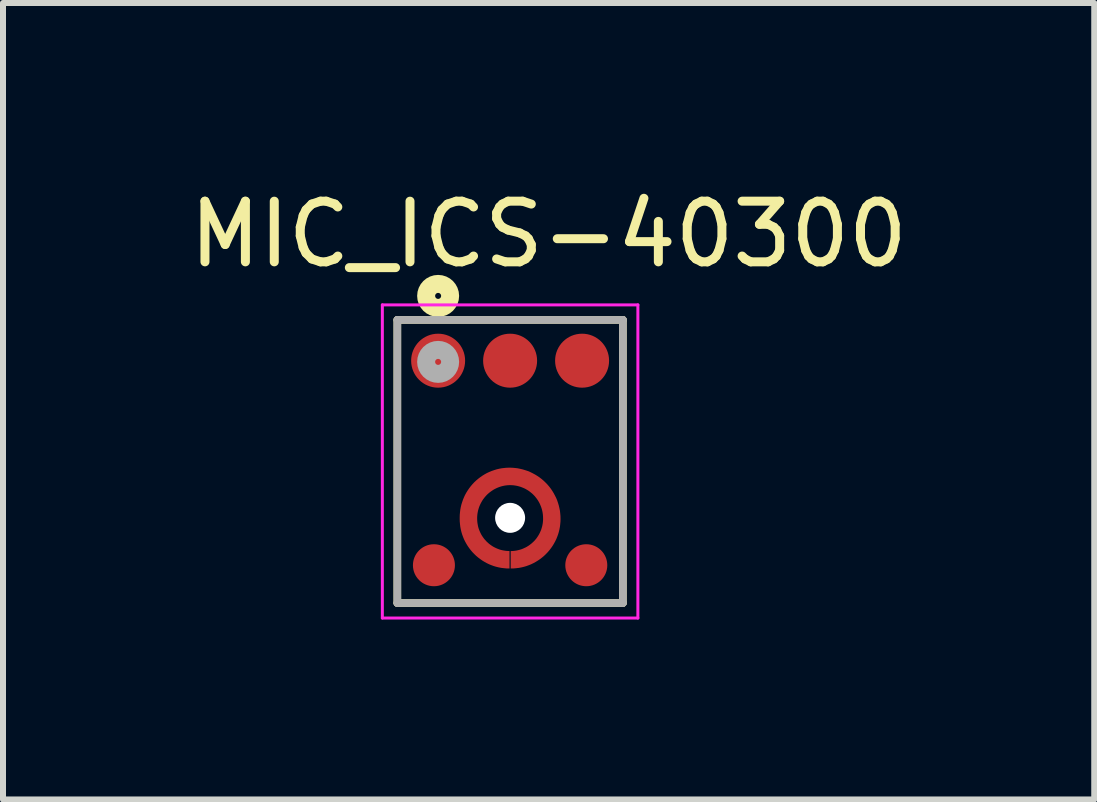
<source format=kicad_pcb>
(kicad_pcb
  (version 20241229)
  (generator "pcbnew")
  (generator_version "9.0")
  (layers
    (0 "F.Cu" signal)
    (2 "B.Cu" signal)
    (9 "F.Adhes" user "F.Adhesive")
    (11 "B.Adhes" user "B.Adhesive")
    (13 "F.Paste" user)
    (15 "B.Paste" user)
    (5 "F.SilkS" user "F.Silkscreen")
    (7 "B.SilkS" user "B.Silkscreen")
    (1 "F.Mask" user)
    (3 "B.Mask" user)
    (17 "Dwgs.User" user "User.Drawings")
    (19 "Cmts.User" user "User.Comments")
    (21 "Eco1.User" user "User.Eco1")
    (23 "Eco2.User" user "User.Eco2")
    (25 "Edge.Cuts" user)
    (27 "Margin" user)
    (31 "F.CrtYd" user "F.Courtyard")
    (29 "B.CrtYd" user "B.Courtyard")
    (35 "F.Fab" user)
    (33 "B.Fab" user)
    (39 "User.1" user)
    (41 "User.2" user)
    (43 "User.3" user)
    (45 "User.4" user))
  (footprint "MIC_ICS-40300"
    (layer "F.Cu")
    (at 5.454 5.583)
    (property "Reference" "MIC_ICS-40300" (at 0.642 -4.728 0) (layer "F.SilkS") (effects (font (size 1.011 1.011) (thickness 0.15))))
    (attr through_hole)
    (fp_circle (center 0 -0.007) (end 0.69 -0.007) (stroke (width 0.5) (type solid)) (fill no) (layer "F.Mask"))
    (fp_line (start -1.88 -3.3) (end 1.88 -3.3) (stroke (width 0.127) (type solid)) (layer "F.SilkS"))
    (fp_line (start -1.88 1.42) (end -1.88 -3.3) (stroke (width 0.127) (type solid)) (layer "F.SilkS"))
    (fp_line (start 1.88 -3.3) (end 1.88 1.42) (stroke (width 0.127) (type solid)) (layer "F.SilkS"))
    (fp_line (start 1.88 1.42) (end -1.88 1.42) (stroke (width 0.127) (type solid)) (layer "F.SilkS"))
    (fp_circle (center -1.2 -3.7) (end -1.15 -3.7) (stroke (width 0.3) (type solid)) (fill no) (layer "F.SilkS"))
    (fp_circle (center -1.27 0.79) (end -0.946 0.79) (stroke (width 0) (type solid)) (fill yes) (layer "F.Paste"))
    (fp_circle (center -1.2 -2.62) (end -0.775 -2.62) (stroke (width 0) (type solid)) (fill yes) (layer "F.Paste"))
    (fp_circle (center 0 -2.62) (end 0.425 -2.62) (stroke (width 0) (type solid)) (fill yes) (layer "F.Paste"))
    (fp_circle (center 1.2 -2.62) (end 1.625 -2.62) (stroke (width 0) (type solid)) (fill yes) (layer "F.Paste"))
    (fp_circle (center 1.27 0.79) (end 1.595 0.79) (stroke (width 0) (type solid)) (fill yes) (layer "F.Paste"))
    (fp_poly (pts (xy -0.641 0.102) (xy -0.641 0.102) (xy -0.641 0.101) (xy -0.642 0.101) (xy -0.642 0.1) (xy -0.643 0.1) (xy -0.895 0.1) (xy -0.894 0.142) (xy -0.891 0.183) (xy -0.885 0.224) (xy -0.878 0.265) (xy -0.868 0.306) (xy -0.856 0.346) (xy -0.842 0.385) (xy -0.826 0.423) (xy -0.808 0.461) (xy -0.788 0.497) (xy -0.767 0.533) (xy -0.743 0.567) (xy -0.718 0.6) (xy -0.691 0.632) (xy -0.662 0.662) (xy -0.632 0.691) (xy -0.6 0.718) (xy -0.567 0.743) (xy -0.533 0.767) (xy -0.497 0.788) (xy -0.461 0.808) (xy -0.423 0.826) (xy -0.385 0.842) (xy -0.346 0.856) (xy -0.306 0.868) (xy -0.265 0.878) (xy -0.224 0.885) (xy -0.183 0.891) (xy -0.142 0.894) (xy -0.1 0.895) (xy -0.1 0.64) (xy -0.128 0.639) (xy -0.156 0.637) (xy -0.184 0.633) (xy -0.212 0.628) (xy -0.24 0.622) (xy -0.267 0.614) (xy -0.294 0.604) (xy -0.32 0.593) (xy -0.345 0.581) (xy -0.37 0.568) (xy -0.394 0.553) (xy -0.417 0.537) (xy -0.44 0.52) (xy -0.461 0.501) (xy -0.482 0.482) (xy -0.501 0.461) (xy -0.52 0.44) (xy -0.537 0.417) (xy -0.553 0.394) (xy -0.568 0.37) (xy -0.581 0.345) (xy -0.593 0.32) (xy -0.604 0.294) (xy -0.614 0.267) (xy -0.622 0.24) (xy -0.628 0.212) (xy -0.633 0.184) (xy -0.637 0.156) (xy -0.639 0.128) (xy -0.64 0.1) (xy -0.641 0.102) (xy -0.641 0.102)) (stroke (width 0.0001) (type solid)) (fill yes) (layer "F.Paste"))
    (fp_poly (pts (xy -0.102 -0.641) (xy -0.102 -0.641) (xy -0.101 -0.641) (xy -0.101 -0.642) (xy -0.1 -0.642) (xy -0.1 -0.643) (xy -0.1 -0.895) (xy -0.142 -0.894) (xy -0.183 -0.891) (xy -0.224 -0.885) (xy -0.265 -0.878) (xy -0.306 -0.868) (xy -0.346 -0.856) (xy -0.385 -0.842) (xy -0.423 -0.826) (xy -0.461 -0.808) (xy -0.497 -0.788) (xy -0.533 -0.767) (xy -0.567 -0.743) (xy -0.6 -0.718) (xy -0.632 -0.691) (xy -0.662 -0.662) (xy -0.691 -0.632) (xy -0.718 -0.6) (xy -0.743 -0.567) (xy -0.767 -0.533) (xy -0.788 -0.497) (xy -0.808 -0.461) (xy -0.826 -0.423) (xy -0.842 -0.385) (xy -0.856 -0.346) (xy -0.868 -0.306) (xy -0.878 -0.265) (xy -0.885 -0.224) (xy -0.891 -0.183) (xy -0.894 -0.142) (xy -0.895 -0.1) (xy -0.64 -0.1) (xy -0.639 -0.128) (xy -0.637 -0.156) (xy -0.633 -0.184) (xy -0.628 -0.212) (xy -0.622 -0.24) (xy -0.614 -0.267) (xy -0.604 -0.294) (xy -0.593 -0.32) (xy -0.581 -0.345) (xy -0.568 -0.37) (xy -0.553 -0.394) (xy -0.537 -0.417) (xy -0.52 -0.44) (xy -0.501 -0.461) (xy -0.482 -0.482) (xy -0.461 -0.501) (xy -0.44 -0.52) (xy -0.417 -0.537) (xy -0.394 -0.553) (xy -0.37 -0.568) (xy -0.345 -0.581) (xy -0.32 -0.593) (xy -0.294 -0.604) (xy -0.267 -0.614) (xy -0.24 -0.622) (xy -0.212 -0.628) (xy -0.184 -0.633) (xy -0.156 -0.637) (xy -0.128 -0.639) (xy -0.1 -0.64) (xy -0.102 -0.641) (xy -0.102 -0.641)) (stroke (width 0.0001) (type solid)) (fill yes) (layer "F.Paste"))
    (fp_poly (pts (xy 0.102 0.641) (xy 0.102 0.641) (xy 0.101 0.641) (xy 0.101 0.642) (xy 0.1 0.642) (xy 0.1 0.643) (xy 0.1 0.895) (xy 0.142 0.894) (xy 0.183 0.891) (xy 0.224 0.885) (xy 0.265 0.878) (xy 0.306 0.868) (xy 0.346 0.856) (xy 0.385 0.842) (xy 0.423 0.826) (xy 0.461 0.808) (xy 0.497 0.788) (xy 0.533 0.767) (xy 0.567 0.743) (xy 0.6 0.718) (xy 0.632 0.691) (xy 0.662 0.662) (xy 0.691 0.632) (xy 0.718 0.6) (xy 0.743 0.567) (xy 0.767 0.533) (xy 0.788 0.497) (xy 0.808 0.461) (xy 0.826 0.423) (xy 0.842 0.385) (xy 0.856 0.346) (xy 0.868 0.306) (xy 0.878 0.265) (xy 0.885 0.224) (xy 0.891 0.183) (xy 0.894 0.142) (xy 0.895 0.1) (xy 0.64 0.1) (xy 0.639 0.128) (xy 0.637 0.156) (xy 0.633 0.184) (xy 0.628 0.212) (xy 0.622 0.24) (xy 0.614 0.267) (xy 0.604 0.294) (xy 0.593 0.32) (xy 0.581 0.345) (xy 0.568 0.37) (xy 0.553 0.394) (xy 0.537 0.417) (xy 0.52 0.44) (xy 0.501 0.461) (xy 0.482 0.482) (xy 0.461 0.501) (xy 0.44 0.52) (xy 0.417 0.537) (xy 0.394 0.553) (xy 0.37 0.568) (xy 0.345 0.581) (xy 0.32 0.593) (xy 0.294 0.604) (xy 0.267 0.614) (xy 0.24 0.622) (xy 0.212 0.628) (xy 0.184 0.633) (xy 0.156 0.637) (xy 0.128 0.639) (xy 0.1 0.64) (xy 0.102 0.641) (xy 0.102 0.641)) (stroke (width 0.0001) (type solid)) (fill yes) (layer "F.Paste"))
    (fp_poly (pts (xy 0.641 -0.107) (xy 0.641 -0.107) (xy 0.641 -0.106) (xy 0.642 -0.106) (xy 0.642 -0.105) (xy 0.643 -0.105) (xy 0.895 -0.105) (xy 0.894 -0.147) (xy 0.891 -0.188) (xy 0.885 -0.229) (xy 0.878 -0.27) (xy 0.868 -0.311) (xy 0.856 -0.351) (xy 0.842 -0.39) (xy 0.826 -0.428) (xy 0.808 -0.466) (xy 0.788 -0.502) (xy 0.767 -0.538) (xy 0.743 -0.572) (xy 0.718 -0.605) (xy 0.691 -0.637) (xy 0.662 -0.667) (xy 0.632 -0.696) (xy 0.6 -0.723) (xy 0.567 -0.748) (xy 0.533 -0.772) (xy 0.497 -0.793) (xy 0.461 -0.813) (xy 0.423 -0.831) (xy 0.385 -0.847) (xy 0.346 -0.861) (xy 0.306 -0.873) (xy 0.265 -0.883) (xy 0.224 -0.89) (xy 0.183 -0.896) (xy 0.142 -0.899) (xy 0.1 -0.9) (xy 0.1 -0.645) (xy 0.128 -0.644) (xy 0.156 -0.642) (xy 0.184 -0.638) (xy 0.212 -0.633) (xy 0.24 -0.627) (xy 0.267 -0.619) (xy 0.294 -0.609) (xy 0.32 -0.598) (xy 0.345 -0.586) (xy 0.37 -0.573) (xy 0.394 -0.558) (xy 0.417 -0.542) (xy 0.44 -0.525) (xy 0.461 -0.506) (xy 0.482 -0.487) (xy 0.501 -0.466) (xy 0.52 -0.445) (xy 0.537 -0.422) (xy 0.553 -0.399) (xy 0.568 -0.375) (xy 0.581 -0.35) (xy 0.593 -0.325) (xy 0.604 -0.299) (xy 0.614 -0.272) (xy 0.622 -0.245) (xy 0.628 -0.217) (xy 0.633 -0.189) (xy 0.637 -0.161) (xy 0.639 -0.133) (xy 0.64 -0.105) (xy 0.641 -0.107) (xy 0.641 -0.107)) (stroke (width 0.0001) (type solid)) (fill yes) (layer "F.Paste"))
    (fp_line (start -2.13 -3.55) (end 2.13 -3.55) (stroke (width 0.05) (type solid)) (layer "F.CrtYd"))
    (fp_line (start -2.13 1.67) (end -2.13 -3.55) (stroke (width 0.05) (type solid)) (layer "F.CrtYd"))
    (fp_line (start 2.13 -3.55) (end 2.13 1.67) (stroke (width 0.05) (type solid)) (layer "F.CrtYd"))
    (fp_line (start 2.13 1.67) (end -2.13 1.67) (stroke (width 0.05) (type solid)) (layer "F.CrtYd"))
    (fp_line (start -1.88 -3.3) (end 1.88 -3.3) (stroke (width 0.127) (type solid)) (layer "F.Fab"))
    (fp_line (start -1.88 1.42) (end -1.88 -3.3) (stroke (width 0.127) (type solid)) (layer "F.Fab"))
    (fp_line (start 1.88 -3.3) (end 1.88 1.42) (stroke (width 0.127) (type solid)) (layer "F.Fab"))
    (fp_line (start 1.88 1.42) (end -1.88 1.42) (stroke (width 0.127) (type solid)) (layer "F.Fab"))
    (fp_circle (center -1.2 -2.6) (end -1.15 -2.6) (stroke (width 0.3) (type solid)) (fill no) (layer "F.Fab"))
    (pad "" np_thru_hole circle (at 0 0) (size 0.5 0.5) (drill 0.5) (layers "*.Cu" "*.Mask"))
    (pad "1" smd circle (at -1.2 -2.62 270) (size 0.9 0.9) (layers "F.Cu" "F.Mask"))
    (pad "2" smd circle (at -1.27 0.79 270) (size 0.7 0.7) (layers "F.Cu" "F.Mask"))
    (pad "3" smd custom (at 0 -0.686 180) (size 0.1 0.1) (layers "F.Cu") (options (anchor rect)) (primitives (gr_poly (pts (xy -0.01 -1.53) (xy -0.01 -1.24) (xy -0.02 -1.24) (xy -0.048 -1.239) (xy -0.076 -1.236) (xy -0.104 -1.232) (xy -0.131 -1.226) (xy -0.159 -1.219) (xy -0.186 -1.211) (xy -0.212 -1.201) (xy -0.238 -1.189) (xy -0.264 -1.177) (xy -0.288 -1.163) (xy -0.312 -1.148) (xy -0.335 -1.131) (xy -0.357 -1.114) (xy -0.378 -1.095) (xy -0.399 -1.075) (xy -0.418 -1.054) (xy -0.436 -1.033) (xy -0.452 -1.01) (xy -0.468 -0.986) (xy -0.482 -0.962) (xy -0.495 -0.937) (xy -0.507 -0.911) (xy -0.518 -0.885) (xy -0.526 -0.858) (xy -0.534 -0.831) (xy -0.54 -0.803) (xy -0.545 -0.775) (xy -0.548 -0.747) (xy -0.55 -0.719) (xy -0.55 -0.69) (xy -0.549 -0.661) (xy -0.547 -0.633) (xy -0.543 -0.604) (xy -0.538 -0.576) (xy -0.531 -0.548) (xy -0.523 -0.52) (xy -0.513 -0.493) (xy -0.502 -0.466) (xy -0.49 -0.44) (xy -0.476 -0.415) (xy -0.461 -0.39) (xy -0.445 -0.367) (xy -0.427 -0.344) (xy -0.409 -0.322) (xy -0.389 -0.301) (xy -0.368 -0.281) (xy -0.346 -0.263) (xy -0.323 -0.245) (xy -0.3 -0.229) (xy -0.275 -0.214) (xy -0.25 -0.2) (xy -0.224 -0.188) (xy -0.197 -0.177) (xy -0.17 -0.167) (xy -0.142 -0.159) (xy -0.114 -0.152) (xy -0.086 -0.147) (xy -0.057 -0.143) (xy -0.029 -0.141) (xy 0 -0.14) (xy 0.034 -0.141) (xy 0.063 -0.144) (xy 0.091 -0.148) (xy 0.12 -0.154) (xy 0.148 -0.161) (xy 0.176 -0.17) (xy 0.203 -0.18) (xy 0.23 -0.192) (xy 0.256 -0.205) (xy 0.281 -0.219) (xy 0.305 -0.235) (xy 0.329 -0.252) (xy 0.352 -0.27) (xy 0.374 -0.289) (xy 0.394 -0.309) (xy 0.414 -0.331) (xy 0.432 -0.353) (xy 0.45 -0.377) (xy 0.466 -0.401) (xy 0.48 -0.426) (xy 0.494 -0.452) (xy 0.506 -0.478) (xy 0.517 -0.505) (xy 0.526 -0.533) (xy 0.534 -0.561) (xy 0.54 -0.589) (xy 0.545 -0.618) (xy 0.548 -0.647) (xy 0.55 -0.676) (xy 0.55 -0.7) (xy 0.549 -0.728) (xy 0.547 -0.756) (xy 0.543 -0.784) (xy 0.538 -0.812) (xy 0.532 -0.84) (xy 0.524 -0.867) (xy 0.514 -0.894) (xy 0.503 -0.92) (xy 0.491 -0.945) (xy 0.478 -0.97) (xy 0.463 -0.994) (xy 0.447 -1.017) (xy 0.43 -1.04) (xy 0.411 -1.061) (xy 0.392 -1.082) (xy 0.371 -1.101) (xy 0.35 -1.12) (xy 0.327 -1.137) (xy 0.304 -1.153) (xy 0.28 -1.168) (xy 0.255 -1.181) (xy 0.23 -1.193) (xy 0.204 -1.204) (xy 0.177 -1.214) (xy 0.15 -1.222) (xy 0.122 -1.228) (xy 0.094 -1.233) (xy 0.066 -1.237) (xy 0.038 -1.239) (xy 0.01 -1.24) (xy 0.01 -1.53) (xy 0.058 -1.529) (xy 0.101 -1.525) (xy 0.144 -1.52) (xy 0.187 -1.512) (xy 0.229 -1.502) (xy 0.27 -1.49) (xy 0.311 -1.475) (xy 0.351 -1.459) (xy 0.39 -1.44) (xy 0.428 -1.419) (xy 0.464 -1.397) (xy 0.5 -1.372) (xy 0.534 -1.346) (xy 0.567 -1.318) (xy 0.598 -1.288) (xy 0.628 -1.257) (xy 0.656 -1.224) (xy 0.682 -1.19) (xy 0.707 -1.154) (xy 0.729 -1.118) (xy 0.75 -1.08) (xy 0.769 -1.041) (xy 0.785 -1.001) (xy 0.8 -0.96) (xy 0.812 -0.919) (xy 0.822 -0.877) (xy 0.83 -0.834) (xy 0.835 -0.791) (xy 0.839 -0.748) (xy 0.84 -0.71) (xy 0.84 -0.68) (xy 0.839 -0.637) (xy 0.835 -0.593) (xy 0.83 -0.55) (xy 0.822 -0.507) (xy 0.812 -0.465) (xy 0.799 -0.424) (xy 0.785 -0.383) (xy 0.768 -0.342) (xy 0.75 -0.303) (xy 0.729 -0.265) (xy 0.706 -0.228) (xy 0.681 -0.192) (xy 0.655 -0.158) (xy 0.627 -0.125) (xy 0.597 -0.093) (xy 0.565 -0.063) (xy 0.532 -0.035) (xy 0.498 -0.009) (xy 0.462 0.016) (xy 0.425 0.039) (xy 0.387 0.06) (xy 0.348 0.078) (xy 0.307 0.095) (xy 0.266 0.109) (xy 0.225 0.122) (xy 0.183 0.132) (xy 0.14 0.14) (xy 0.097 0.145) (xy 0.053 0.149) (xy 0.01 0.15) (xy -0.034 0.149) (xy -0.079 0.145) (xy -0.123 0.14) (xy -0.167 0.131) (xy -0.21 0.121) (xy -0.253 0.108) (xy -0.295 0.094) (xy -0.336 0.077) (xy -0.376 0.057) (xy -0.415 0.036) (xy -0.453 0.013) (xy -0.49 -0.012) (xy -0.525 -0.039) (xy -0.559 -0.068) (xy -0.591 -0.099) (xy -0.622 -0.131) (xy -0.651 -0.165) (xy -0.678 -0.2) (xy -0.703 -0.237) (xy -0.726 -0.275) (xy -0.747 -0.314) (xy -0.767 -0.354) (xy -0.784 -0.395) (xy -0.798 -0.437) (xy -0.811 -0.48) (xy -0.821 -0.523) (xy -0.83 -0.567) (xy -0.835 -0.611) (xy -0.839 -0.656) (xy -0.84 -0.7) (xy -0.84 -0.71) (xy -0.839 -0.748) (xy -0.835 -0.791) (xy -0.83 -0.834) (xy -0.822 -0.877) (xy -0.812 -0.919) (xy -0.8 -0.96) (xy -0.785 -1.001) (xy -0.769 -1.041) (xy -0.75 -1.08) (xy -0.729 -1.118) (xy -0.707 -1.154) (xy -0.682 -1.19) (xy -0.656 -1.224) (xy -0.628 -1.257) (xy -0.598 -1.288) (xy -0.567 -1.318) (xy -0.534 -1.346) (xy -0.5 -1.372) (xy -0.464 -1.397) (xy -0.428 -1.419) (xy -0.39 -1.44) (xy -0.351 -1.459) (xy -0.311 -1.475) (xy -0.27 -1.49) (xy -0.229 -1.502) (xy -0.187 -1.512) (xy -0.144 -1.52) (xy -0.101 -1.525) (xy -0.058 -1.529) (xy -0.01 -1.53)) (width 0.001) (fill yes))))
    (pad "4" smd circle (at 1.27 0.79 270) (size 0.7 0.7) (layers "F.Cu" "F.Mask"))
    (pad "5" smd circle (at 1.2 -2.62 270) (size 0.9 0.9) (layers "F.Cu" "F.Mask"))
    (pad "6" smd circle (at 0 -2.62 270) (size 0.9 0.9) (layers "F.Cu" "F.Mask")))
  (gr_rect
    (start -3 -3)
    (end 15.192 10.278)
    (stroke (width 0.1) (type default))
    (fill no)
    (layer "Edge.Cuts")))
</source>
